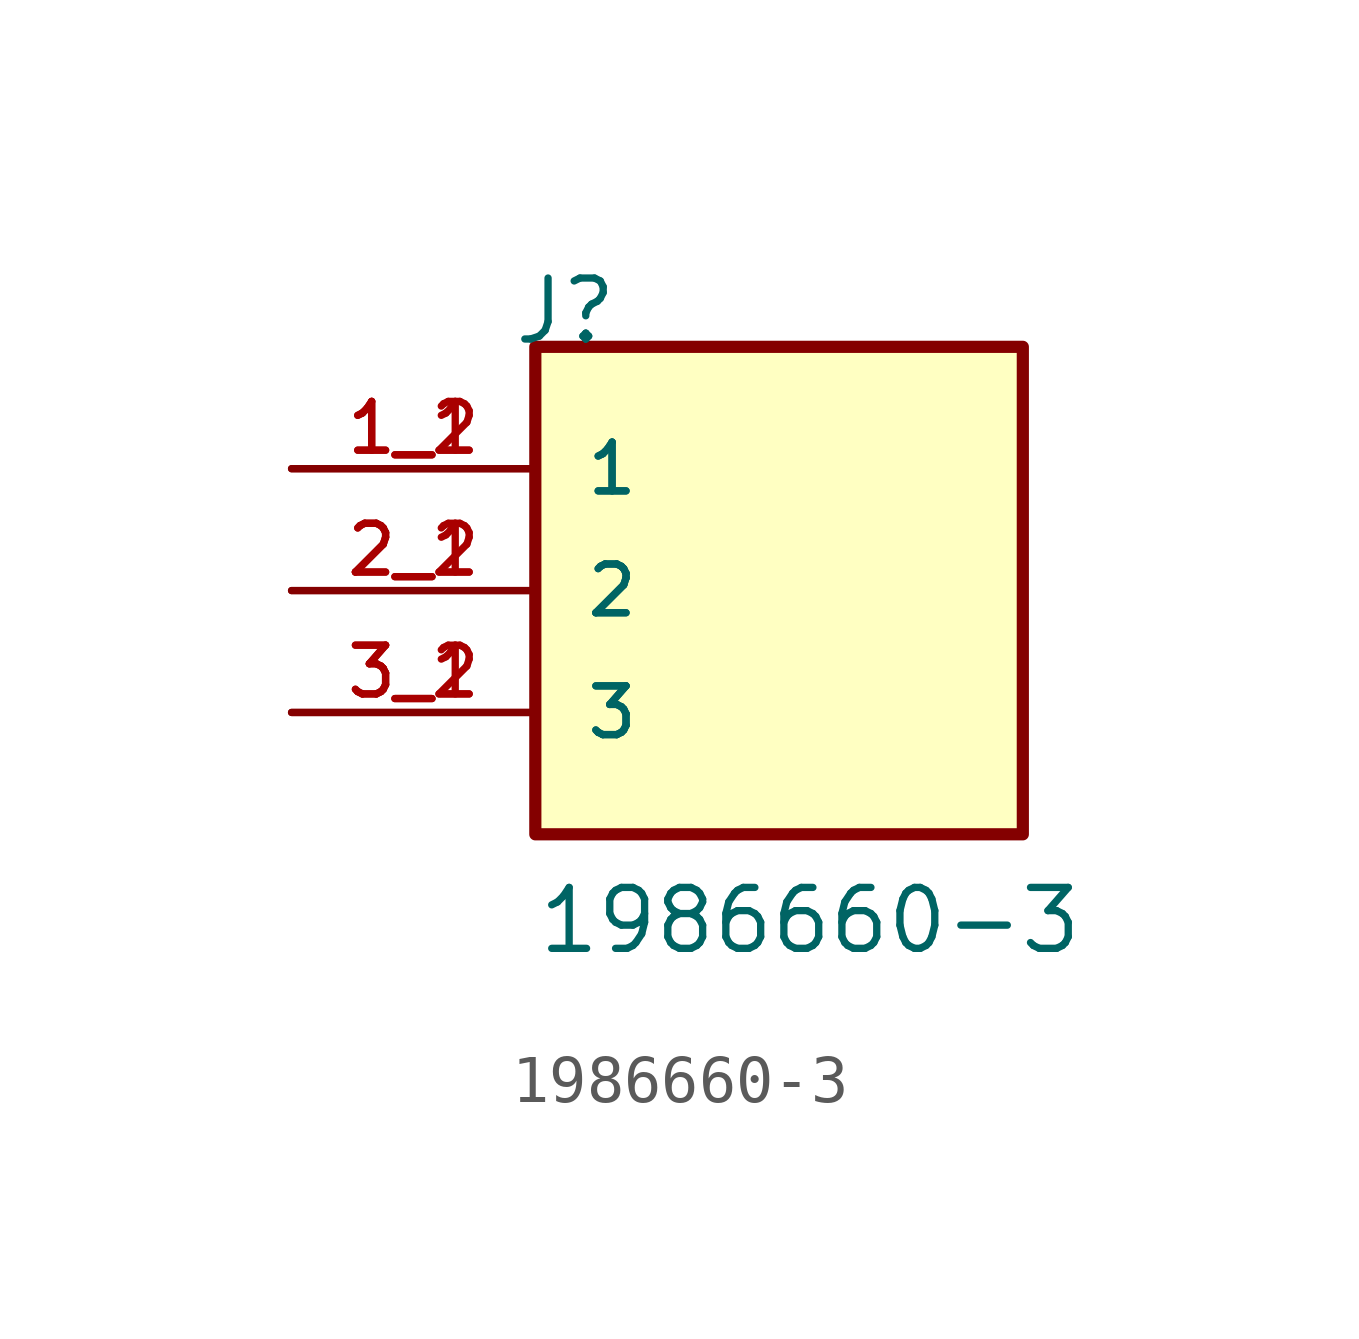
<source format=kicad_sym>
(kicad_symbol_lib
  (version 20211014)
  (generator kicad_symbol_editor)
  (symbol "1986660-3"
    (pin_names
      (offset 1.016))
    (property "Reference" "J"
      (at -5.58 5.08 0)
      (effects (font (size 1.27 1.27)) (justify bottom left)))
    (property "Value" "1986660-3"
      (at -5.08 -7.62 0)
      (effects (font (size 1.27 1.27)) (justify bottom left)))
    (symbol "1986660-3_0_0"
      (rectangle (start -5.08 -5.08) (end 5.08 5.08) (stroke (width 0.254)) (fill (type background)))
      (pin passive line (at -10.16 2.54 0) (length 5.08) (name "1" (effects (font (size 1.016 1.016)))) (number "1_1" (effects (font (size 1.016 1.016)))))
      (pin passive line (at -10.16 2.54 0) (length 5.08) (name "1" (effects (font (size 1.016 1.016)))) (number "1_2" (effects (font (size 1.016 1.016)))))
      (pin passive line (at -10.16 0.0 0) (length 5.08) (name "2" (effects (font (size 1.016 1.016)))) (number "2_1" (effects (font (size 1.016 1.016)))))
      (pin passive line (at -10.16 0.0 0) (length 5.08) (name "2" (effects (font (size 1.016 1.016)))) (number "2_2" (effects (font (size 1.016 1.016)))))
      (pin passive line (at -10.16 -2.54 0) (length 5.08) (name "3" (effects (font (size 1.016 1.016)))) (number "3_1" (effects (font (size 1.016 1.016)))))
      (pin passive line (at -10.16 -2.54 0) (length 5.08) (name "3" (effects (font (size 1.016 1.016)))) (number "3_2" (effects (font (size 1.016 1.016))))))))
</source>
